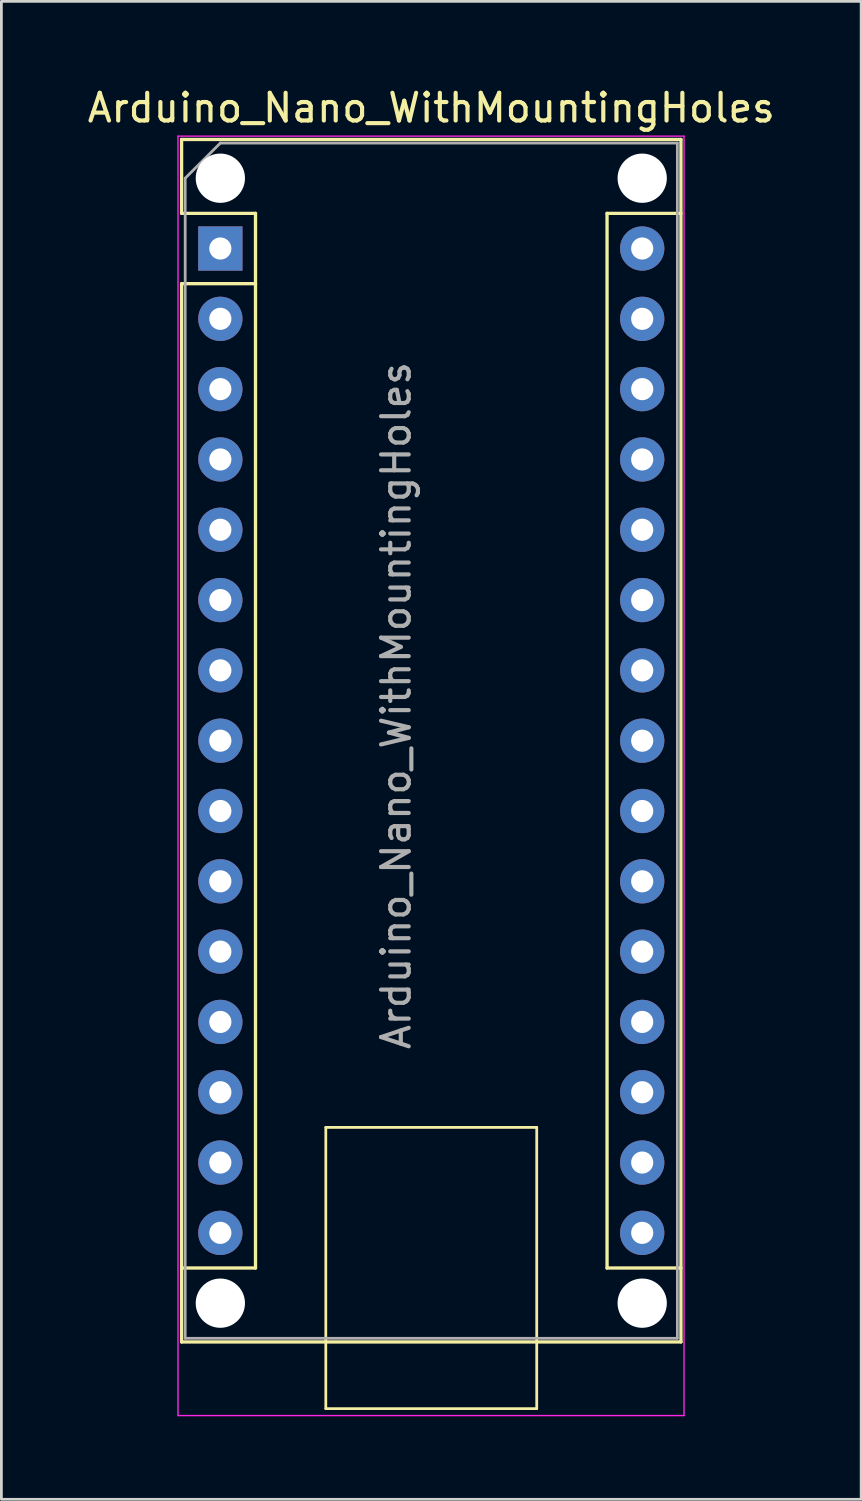
<source format=kicad_pcb>
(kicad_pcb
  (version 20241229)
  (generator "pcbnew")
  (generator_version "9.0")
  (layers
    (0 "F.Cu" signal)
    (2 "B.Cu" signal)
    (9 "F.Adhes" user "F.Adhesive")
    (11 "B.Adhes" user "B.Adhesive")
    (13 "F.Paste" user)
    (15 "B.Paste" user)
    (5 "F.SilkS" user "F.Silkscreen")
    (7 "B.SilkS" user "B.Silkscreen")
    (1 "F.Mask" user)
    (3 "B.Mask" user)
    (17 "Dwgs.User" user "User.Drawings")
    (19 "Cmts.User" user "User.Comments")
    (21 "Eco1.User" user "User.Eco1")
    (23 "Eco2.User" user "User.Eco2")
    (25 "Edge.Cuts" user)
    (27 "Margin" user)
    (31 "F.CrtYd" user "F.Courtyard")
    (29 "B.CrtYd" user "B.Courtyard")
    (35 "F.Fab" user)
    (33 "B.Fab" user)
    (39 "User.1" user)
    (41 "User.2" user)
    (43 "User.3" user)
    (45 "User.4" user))
  (footprint "Arduino_Nano_WithMountingHoles"
    (layer "F.Cu")
    (at 4.91 5.928)
    (property "Reference" "Arduino_Nano_WithMountingHoles" (at 7.62 -5.08 0) (layer "F.SilkS") (effects (font (size 1 1) (thickness 0.15))))
    (attr through_hole)
    (fp_line (start -1.4 -3.94) (end -1.4 -1.27) (stroke (width 0.12) (type solid)) (layer "F.SilkS"))
    (fp_line (start -1.4 1.27) (end -1.4 39.5) (stroke (width 0.12) (type solid)) (layer "F.SilkS"))
    (fp_line (start -1.4 39.5) (end 16.64 39.5) (stroke (width 0.12) (type solid)) (layer "F.SilkS"))
    (fp_line (start 1.27 -1.27) (end -1.4 -1.27) (stroke (width 0.12) (type solid)) (layer "F.SilkS"))
    (fp_line (start 1.27 1.27) (end -1.4 1.27) (stroke (width 0.12) (type solid)) (layer "F.SilkS"))
    (fp_line (start 1.27 1.27) (end 1.27 -1.27) (stroke (width 0.12) (type solid)) (layer "F.SilkS"))
    (fp_line (start 1.27 1.27) (end 1.27 36.83) (stroke (width 0.12) (type solid)) (layer "F.SilkS"))
    (fp_line (start 1.27 36.83) (end -1.4 36.83) (stroke (width 0.12) (type solid)) (layer "F.SilkS"))
    (fp_line (start 3.81 31.75) (end 11.43 31.75) (stroke (width 0.1) (type solid)) (layer "F.SilkS"))
    (fp_line (start 3.81 41.91) (end 3.81 31.75) (stroke (width 0.1) (type solid)) (layer "F.SilkS"))
    (fp_line (start 11.43 31.75) (end 11.43 41.91) (stroke (width 0.1) (type solid)) (layer "F.SilkS"))
    (fp_line (start 11.43 41.91) (end 3.81 41.91) (stroke (width 0.1) (type solid)) (layer "F.SilkS"))
    (fp_line (start 13.97 -1.27) (end 13.97 36.83) (stroke (width 0.12) (type solid)) (layer "F.SilkS"))
    (fp_line (start 13.97 -1.27) (end 16.64 -1.27) (stroke (width 0.12) (type solid)) (layer "F.SilkS"))
    (fp_line (start 13.97 36.83) (end 16.64 36.83) (stroke (width 0.12) (type solid)) (layer "F.SilkS"))
    (fp_line (start 16.64 -3.94) (end -1.4 -3.94) (stroke (width 0.12) (type solid)) (layer "F.SilkS"))
    (fp_line (start 16.64 39.5) (end 16.64 -3.94) (stroke (width 0.12) (type solid)) (layer "F.SilkS"))
    (fp_line (start -1.53 -4.06) (end -1.53 42.16) (stroke (width 0.05) (type solid)) (layer "F.CrtYd"))
    (fp_line (start -1.53 -4.06) (end 16.75 -4.06) (stroke (width 0.05) (type solid)) (layer "F.CrtYd"))
    (fp_line (start 16.75 42.16) (end -1.53 42.16) (stroke (width 0.05) (type solid)) (layer "F.CrtYd"))
    (fp_line (start 16.75 42.16) (end 16.75 -4.06) (stroke (width 0.05) (type solid)) (layer "F.CrtYd"))
    (fp_line (start -1.27 -2.54) (end 0 -3.81) (stroke (width 0.1) (type solid)) (layer "F.Fab"))
    (fp_line (start -1.27 39.37) (end -1.27 -2.54) (stroke (width 0.1) (type solid)) (layer "F.Fab"))
    (fp_line (start 0 -3.81) (end 16.51 -3.81) (stroke (width 0.1) (type solid)) (layer "F.Fab"))
    (fp_line (start 16.51 -3.81) (end 16.51 39.37) (stroke (width 0.1) (type solid)) (layer "F.Fab"))
    (fp_line (start 16.51 39.37) (end -1.27 39.37) (stroke (width 0.1) (type solid)) (layer "F.Fab"))
    (fp_text user "${REFERENCE}" (at 6.35 16.51 90) (layer "F.Fab") (effects (font (size 1 1) (thickness 0.15))))
    (pad "" np_thru_hole circle (at 0 -2.54) (size 1.78 1.78) (drill 1.78) (layers "*.Cu" "*.Mask"))
    (pad "" np_thru_hole circle (at 0 38.1) (size 1.78 1.78) (drill 1.78) (layers "*.Cu" "*.Mask"))
    (pad "" np_thru_hole circle (at 15.24 -2.54) (size 1.78 1.78) (drill 1.78) (layers "*.Cu" "*.Mask"))
    (pad "" np_thru_hole circle (at 15.24 38.1) (size 1.78 1.78) (drill 1.78) (layers "*.Cu" "*.Mask"))
    (pad "1" thru_hole rect (at 0 0) (size 1.6 1.6) (drill 0.8) (layers "*.Cu" "*.Mask"))
    (pad "2" thru_hole oval (at 0 2.54) (size 1.6 1.6) (drill 0.8) (layers "*.Cu" "*.Mask"))
    (pad "3" thru_hole oval (at 0 5.08) (size 1.6 1.6) (drill 0.8) (layers "*.Cu" "*.Mask"))
    (pad "4" thru_hole oval (at 0 7.62) (size 1.6 1.6) (drill 0.8) (layers "*.Cu" "*.Mask"))
    (pad "5" thru_hole oval (at 0 10.16) (size 1.6 1.6) (drill 0.8) (layers "*.Cu" "*.Mask"))
    (pad "6" thru_hole oval (at 0 12.7) (size 1.6 1.6) (drill 0.8) (layers "*.Cu" "*.Mask"))
    (pad "7" thru_hole oval (at 0 15.24) (size 1.6 1.6) (drill 0.8) (layers "*.Cu" "*.Mask"))
    (pad "8" thru_hole oval (at 0 17.78) (size 1.6 1.6) (drill 0.8) (layers "*.Cu" "*.Mask"))
    (pad "9" thru_hole oval (at 0 20.32) (size 1.6 1.6) (drill 0.8) (layers "*.Cu" "*.Mask"))
    (pad "10" thru_hole oval (at 0 22.86) (size 1.6 1.6) (drill 0.8) (layers "*.Cu" "*.Mask"))
    (pad "11" thru_hole oval (at 0 25.4) (size 1.6 1.6) (drill 0.8) (layers "*.Cu" "*.Mask"))
    (pad "12" thru_hole oval (at 0 27.94) (size 1.6 1.6) (drill 0.8) (layers "*.Cu" "*.Mask"))
    (pad "13" thru_hole oval (at 0 30.48) (size 1.6 1.6) (drill 0.8) (layers "*.Cu" "*.Mask"))
    (pad "14" thru_hole oval (at 0 33.02) (size 1.6 1.6) (drill 0.8) (layers "*.Cu" "*.Mask"))
    (pad "15" thru_hole oval (at 0 35.56) (size 1.6 1.6) (drill 0.8) (layers "*.Cu" "*.Mask"))
    (pad "16" thru_hole oval (at 15.24 35.56) (size 1.6 1.6) (drill 0.8) (layers "*.Cu" "*.Mask"))
    (pad "17" thru_hole oval (at 15.24 33.02) (size 1.6 1.6) (drill 0.8) (layers "*.Cu" "*.Mask"))
    (pad "18" thru_hole oval (at 15.24 30.48) (size 1.6 1.6) (drill 0.8) (layers "*.Cu" "*.Mask"))
    (pad "19" thru_hole oval (at 15.24 27.94) (size 1.6 1.6) (drill 0.8) (layers "*.Cu" "*.Mask"))
    (pad "20" thru_hole oval (at 15.24 25.4) (size 1.6 1.6) (drill 0.8) (layers "*.Cu" "*.Mask"))
    (pad "21" thru_hole oval (at 15.24 22.86) (size 1.6 1.6) (drill 0.8) (layers "*.Cu" "*.Mask"))
    (pad "22" thru_hole oval (at 15.24 20.32) (size 1.6 1.6) (drill 0.8) (layers "*.Cu" "*.Mask"))
    (pad "23" thru_hole oval (at 15.24 17.78) (size 1.6 1.6) (drill 0.8) (layers "*.Cu" "*.Mask"))
    (pad "24" thru_hole oval (at 15.24 15.24) (size 1.6 1.6) (drill 0.8) (layers "*.Cu" "*.Mask"))
    (pad "25" thru_hole oval (at 15.24 12.7) (size 1.6 1.6) (drill 0.8) (layers "*.Cu" "*.Mask"))
    (pad "26" thru_hole oval (at 15.24 10.16) (size 1.6 1.6) (drill 0.8) (layers "*.Cu" "*.Mask"))
    (pad "27" thru_hole oval (at 15.24 7.62) (size 1.6 1.6) (drill 0.8) (layers "*.Cu" "*.Mask"))
    (pad "28" thru_hole oval (at 15.24 5.08) (size 1.6 1.6) (drill 0.8) (layers "*.Cu" "*.Mask"))
    (pad "29" thru_hole oval (at 15.24 2.54) (size 1.6 1.6) (drill 0.8) (layers "*.Cu" "*.Mask"))
    (pad "30" thru_hole oval (at 15.24 0) (size 1.6 1.6) (drill 0.8) (layers "*.Cu" "*.Mask")))
  (gr_rect
    (start -3 -3)
    (end 28.06 51.113)
    (stroke (width 0.1) (type default))
    (fill no)
    (layer "Edge.Cuts")))
</source>
